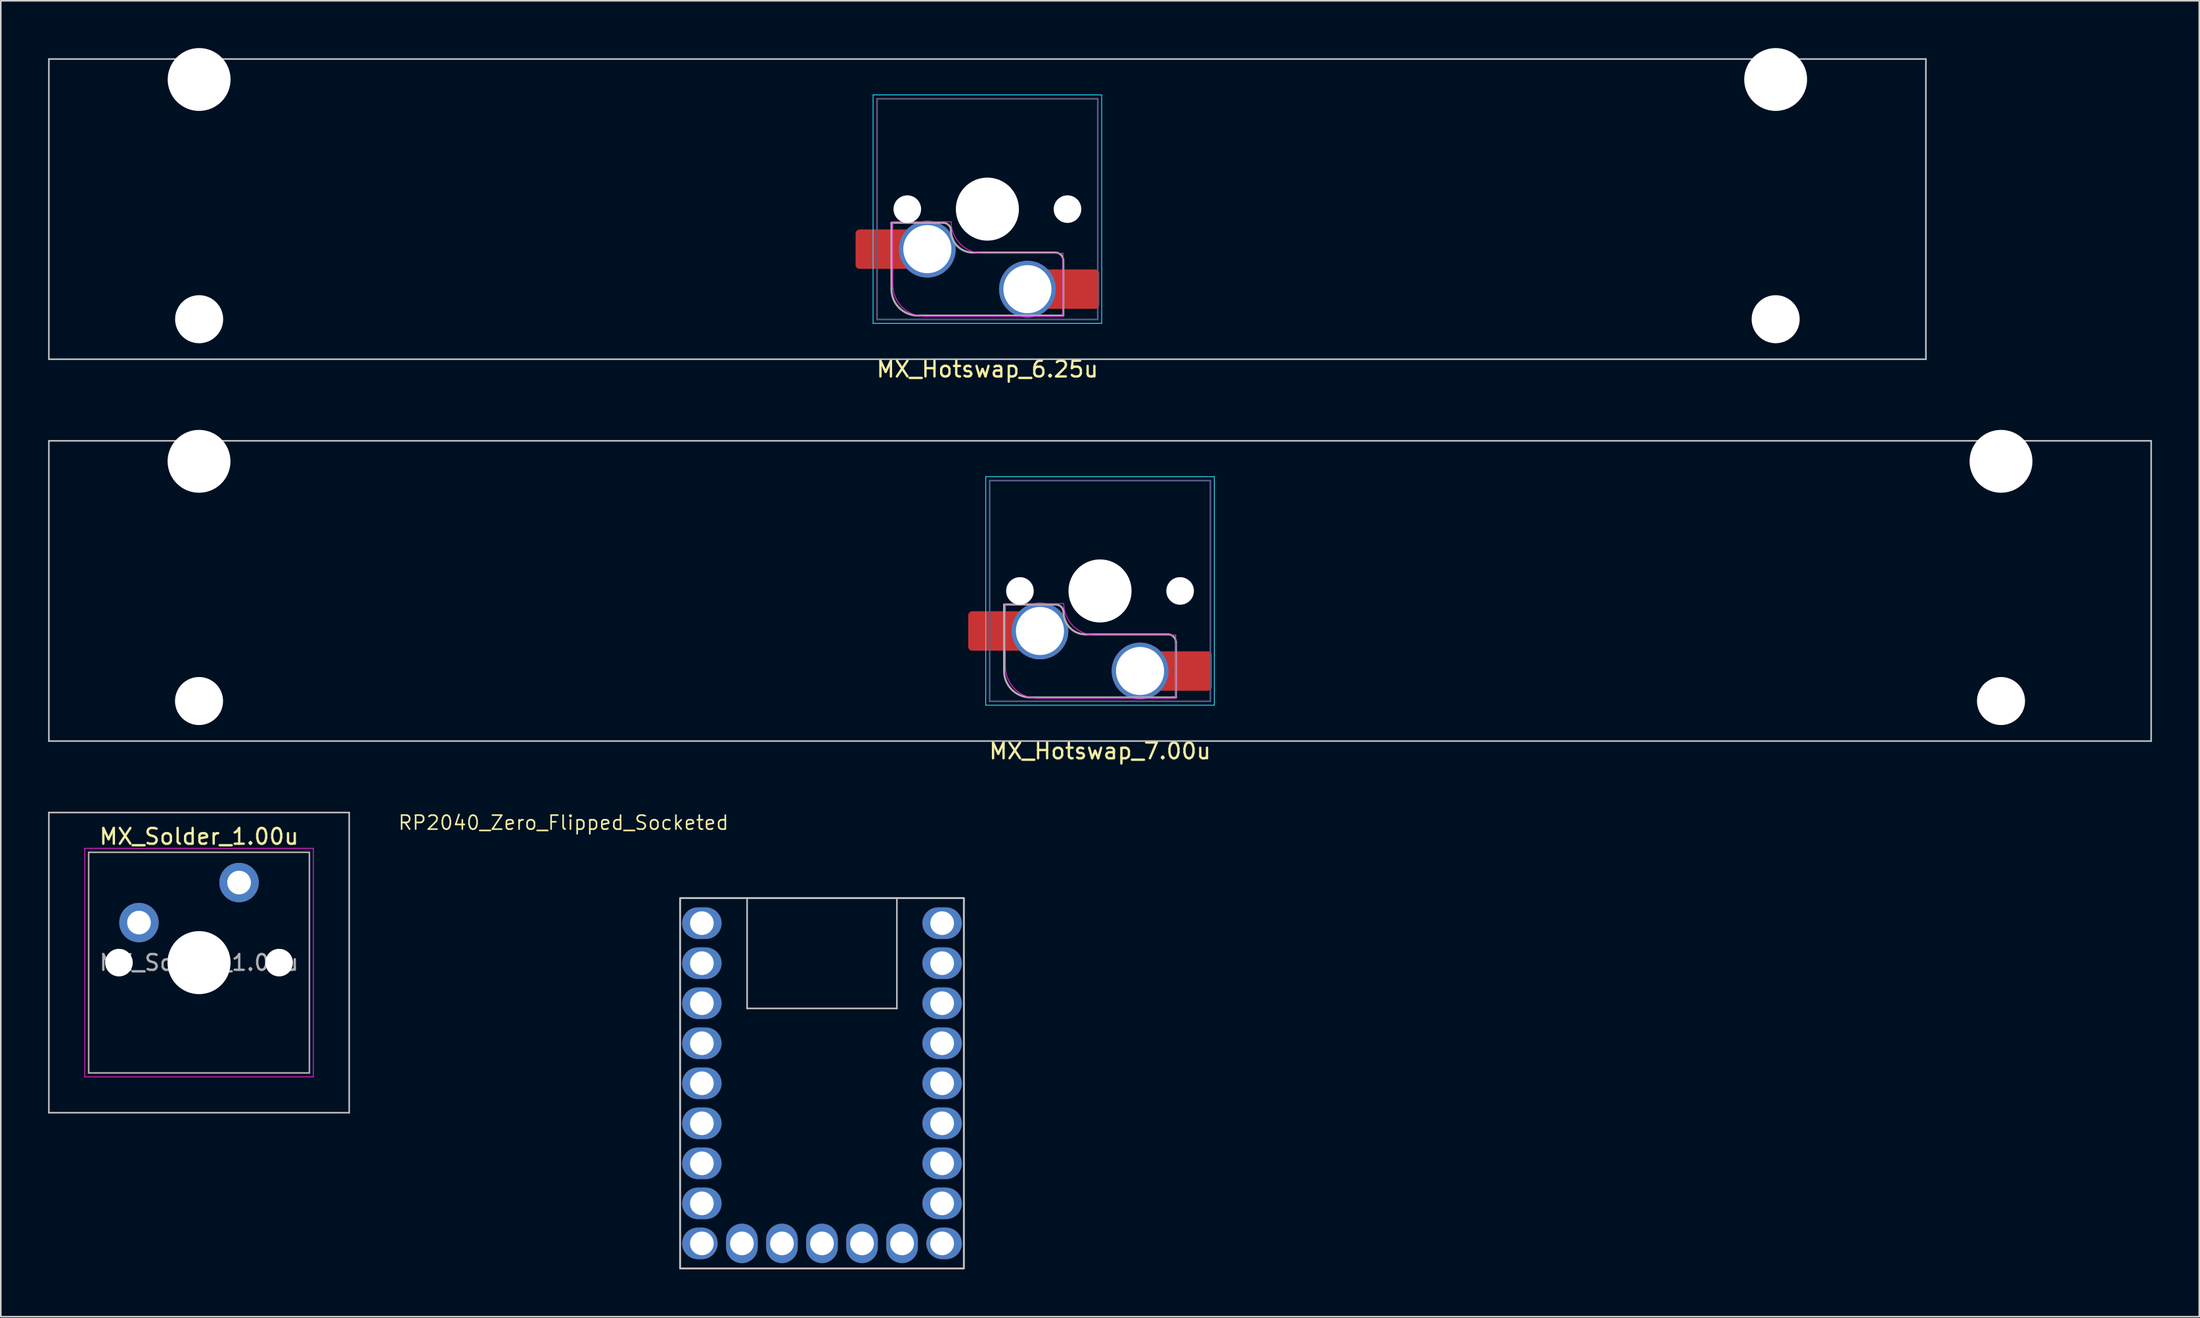
<source format=kicad_pcb>
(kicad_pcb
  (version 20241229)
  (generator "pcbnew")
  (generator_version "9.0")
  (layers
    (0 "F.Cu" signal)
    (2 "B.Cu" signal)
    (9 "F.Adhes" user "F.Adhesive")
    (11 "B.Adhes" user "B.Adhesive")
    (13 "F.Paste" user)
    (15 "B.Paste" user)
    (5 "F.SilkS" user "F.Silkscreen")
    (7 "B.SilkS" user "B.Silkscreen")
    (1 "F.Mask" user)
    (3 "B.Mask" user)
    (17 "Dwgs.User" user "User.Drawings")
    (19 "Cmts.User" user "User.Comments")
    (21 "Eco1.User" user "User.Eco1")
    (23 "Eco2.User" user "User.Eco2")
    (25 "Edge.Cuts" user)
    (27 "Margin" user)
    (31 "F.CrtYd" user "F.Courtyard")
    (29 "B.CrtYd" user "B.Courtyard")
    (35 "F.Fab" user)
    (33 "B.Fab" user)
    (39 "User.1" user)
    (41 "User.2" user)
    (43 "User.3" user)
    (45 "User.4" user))
  (footprint "MX_Solder_1.00u"
    (layer "F.Cu")
    (at 9.575 58.029)
    (property "Reference" "MX_Solder_1.00u" (at 0 -8 0) (layer "F.SilkS") (effects (font (size 1 1) (thickness 0.15))))
    (attr through_hole)
    (fp_line (start -9.525 -9.525) (end -9.525 9.525) (stroke (width 0.1) (type solid)) (layer "Dwgs.User"))
    (fp_line (start -9.525 9.525) (end 9.525 9.525) (stroke (width 0.1) (type solid)) (layer "Dwgs.User"))
    (fp_line (start 9.525 -9.525) (end -9.525 -9.525) (stroke (width 0.1) (type solid)) (layer "Dwgs.User"))
    (fp_line (start 9.525 9.525) (end 9.525 -9.525) (stroke (width 0.1) (type solid)) (layer "Dwgs.User"))
    (fp_line (start -7 -7) (end -7 7) (stroke (width 0.1) (type solid)) (layer "Eco1.User"))
    (fp_line (start -7 7) (end 7 7) (stroke (width 0.1) (type solid)) (layer "Eco1.User"))
    (fp_line (start 7 -7) (end -7 -7) (stroke (width 0.1) (type solid)) (layer "Eco1.User"))
    (fp_line (start 7 7) (end 7 -7) (stroke (width 0.1) (type solid)) (layer "Eco1.User"))
    (fp_line (start -7.25 -7.25) (end -7.25 7.25) (stroke (width 0.05) (type solid)) (layer "F.CrtYd"))
    (fp_line (start -7.25 7.25) (end 7.25 7.25) (stroke (width 0.05) (type solid)) (layer "F.CrtYd"))
    (fp_line (start 7.25 -7.25) (end -7.25 -7.25) (stroke (width 0.05) (type solid)) (layer "F.CrtYd"))
    (fp_line (start 7.25 7.25) (end 7.25 -7.25) (stroke (width 0.05) (type solid)) (layer "F.CrtYd"))
    (fp_line (start -7 -7) (end -7 7) (stroke (width 0.1) (type solid)) (layer "F.Fab"))
    (fp_line (start -7 7) (end 7 7) (stroke (width 0.1) (type solid)) (layer "F.Fab"))
    (fp_line (start 7 -7) (end -7 -7) (stroke (width 0.1) (type solid)) (layer "F.Fab"))
    (fp_line (start 7 7) (end 7 -7) (stroke (width 0.1) (type solid)) (layer "F.Fab"))
    (fp_text user "${REFERENCE}" (at 0 0 0) (layer "F.Fab") (effects (font (size 1 1) (thickness 0.15))))
    (pad "" np_thru_hole circle (at -5.08 0) (size 1.75 1.75) (drill 1.75) (layers "*.Cu" "*.Mask"))
    (pad "" np_thru_hole circle (at 0 0) (size 4 4) (drill 4) (layers "*.Cu" "*.Mask"))
    (pad "" np_thru_hole circle (at 5.08 0) (size 1.75 1.75) (drill 1.75) (layers "*.Cu" "*.Mask"))
    (pad "1" thru_hole circle (at -3.81 -2.54) (size 2.5 2.5) (drill 1.5) (layers "*.Cu" "*.Mask"))
    (pad "2" thru_hole circle (at 2.54 -5.08) (size 2.5 2.5) (drill 1.5) (layers "*.Cu" "*.Mask")))
  (footprint "MX_Hotswap_7.00u"
    (layer "F.Cu")
    (at 66.09 38.256)
    (property "Reference" "MX_Hotswap_7.00u" (at 0.635 6.35 0) (layer "F.SilkS") (effects (font (size 1 1) (thickness 0.15))))
    (attr smd allow_soldermask_bridges)
    (fp_line (start -66.04 -13.335) (end -66.04 5.715) (stroke (width 0.1) (type solid)) (layer "Dwgs.User"))
    (fp_line (start -66.04 5.715) (end 67.31 5.715) (stroke (width 0.1) (type solid)) (layer "Dwgs.User"))
    (fp_line (start 67.31 -13.335) (end -66.04 -13.335) (stroke (width 0.1) (type solid)) (layer "Dwgs.User"))
    (fp_line (start 67.31 5.715) (end 67.31 -13.335) (stroke (width 0.1) (type solid)) (layer "Dwgs.User"))
    (fp_line (start -59.89 -10.58) (end -59.89 1.72) (stroke (width 0.1) (type solid)) (layer "Eco1.User"))
    (fp_line (start -59.89 1.72) (end -53.14 1.72) (stroke (width 0.1) (type solid)) (layer "Eco1.User"))
    (fp_line (start -53.14 -10.58) (end -59.89 -10.58) (stroke (width 0.1) (type solid)) (layer "Eco1.User"))
    (fp_line (start -53.14 1.72) (end -53.14 -10.58) (stroke (width 0.1) (type solid)) (layer "Eco1.User"))
    (fp_line (start 54.41 -10.58) (end 54.41 1.72) (stroke (width 0.1) (type solid)) (layer "Eco1.User"))
    (fp_line (start 54.41 1.72) (end 61.16 1.72) (stroke (width 0.1) (type solid)) (layer "Eco1.User"))
    (fp_line (start 61.16 -10.58) (end 54.41 -10.58) (stroke (width 0.1) (type solid)) (layer "Eco1.User"))
    (fp_line (start 61.16 1.72) (end 61.16 -10.58) (stroke (width 0.1) (type solid)) (layer "Eco1.User"))
    (fp_line (start -6.615 -11.06) (end -6.615 3.44) (stroke (width 0.05) (type solid)) (layer "B.CrtYd"))
    (fp_line (start -6.615 3.44) (end 7.885 3.44) (stroke (width 0.05) (type solid)) (layer "B.CrtYd"))
    (fp_line (start 7.885 -11.06) (end -6.615 -11.06) (stroke (width 0.05) (type solid)) (layer "B.CrtYd"))
    (fp_line (start 7.885 3.44) (end 7.885 -11.06) (stroke (width 0.05) (type solid)) (layer "B.CrtYd"))
    (fp_line (start -5.365 0.99) (end -5.365 -3.01) (stroke (width 0.05) (type solid)) (layer "F.CrtYd"))
    (fp_line (start -1.665 -3.01) (end -5.365 -3.01) (stroke (width 0.05) (type solid)) (layer "F.CrtYd"))
    (fp_line (start 5.435 -1.01) (end 0.335 -1.01) (stroke (width 0.05) (type solid)) (layer "F.CrtYd"))
    (fp_line (start 5.435 -1.01) (end 5.435 2.99) (stroke (width 0.05) (type solid)) (layer "F.CrtYd"))
    (fp_line (start 5.435 2.99) (end -3.365 2.99) (stroke (width 0.05) (type solid)) (layer "F.CrtYd"))
    (fp_arc (start -3.365 2.99) (mid -4.779214 2.404214) (end -5.365 0.99) (stroke (width 0.05) (type solid)) (layer "F.CrtYd"))
    (fp_arc (start 0.335 -1.01) (mid -1.079214 -1.595786) (end -1.665 -3.01) (stroke (width 0.05) (type solid)) (layer "F.CrtYd"))
    (fp_line (start -6.365 -10.81) (end -6.365 3.19) (stroke (width 0.1) (type solid)) (layer "B.Fab"))
    (fp_line (start -6.365 3.19) (end 7.635 3.19) (stroke (width 0.1) (type solid)) (layer "B.Fab"))
    (fp_line (start 7.635 -10.81) (end -6.365 -10.81) (stroke (width 0.1) (type solid)) (layer "B.Fab"))
    (fp_line (start 7.635 3.19) (end 7.635 -10.81) (stroke (width 0.1) (type solid)) (layer "B.Fab"))
    (fp_line (start -5.45 -2.945) (end -2.175 -2.945) (stroke (width 0.127) (type solid)) (layer "F.Fab"))
    (fp_line (start -5.45 1.27) (end -5.45 -2.945) (stroke (width 0.127) (type solid)) (layer "F.Fab"))
    (fp_line (start -0.285 -1.055) (end 4.95 -1.055) (stroke (width 0.127) (type solid)) (layer "F.Fab"))
    (fp_line (start 5.45 -0.555) (end 5.45 2.945) (stroke (width 0.127) (type solid)) (layer "F.Fab"))
    (fp_line (start 5.45 2.945) (end -3.775 2.945) (stroke (width 0.127) (type solid)) (layer "F.Fab"))
    (fp_arc (start -3.775 2.945) (mid -4.959404 2.454404) (end -5.45 1.27) (stroke (width 0.127) (type solid)) (layer "F.Fab"))
    (fp_arc (start -2.175 -2.945) (mid -1.821447 -2.798553) (end -1.675 -2.445) (stroke (width 0.127) (type solid)) (layer "F.Fab"))
    (fp_arc (start -0.285 -1.055) (mid -1.267878 -1.462122) (end -1.675 -2.445) (stroke (width 0.127) (type solid)) (layer "F.Fab"))
    (fp_arc (start 4.95 -1.055) (mid 5.303553 -0.908553) (end 5.45 -0.555) (stroke (width 0.127) (type solid)) (layer "F.Fab"))
    (pad "" np_thru_hole circle (at -56.515 -12.035 180) (size 3.988 3.988) (drill 3.988) (layers "*.Cu" "*.Mask"))
    (pad "" np_thru_hole circle (at -56.515 3.175 180) (size 3.048 3.048) (drill 3.048) (layers "*.Cu" "*.Mask"))
    (pad "" smd roundrect (at -6.45 -1.27 180) (size 2.55 2.5) (layers "F.Mask" "F.Paste") (roundrect_rratio 0.1))
    (pad "" np_thru_hole circle (at -4.445 -3.81 180) (size 1.75 1.75) (drill 1.75) (layers "*.Cu" "*.Mask"))
    (pad "" np_thru_hole circle (at 0.635 -3.81 180) (size 4 4) (drill 4) (layers "*.Cu" "*.Mask"))
    (pad "" np_thru_hole circle (at 5.715 -3.81 180) (size 1.75 1.75) (drill 1.75) (layers "*.Cu" "*.Mask"))
    (pad "" smd roundrect (at 6.477 1.27 180) (size 2.55 2.5) (layers "F.Mask" "F.Paste") (roundrect_rratio 0.1))
    (pad "" np_thru_hole circle (at 57.785 -12.035 180) (size 3.988 3.988) (drill 3.988) (layers "*.Cu" "*.Mask"))
    (pad "" np_thru_hole circle (at 57.785 3.175 180) (size 3.048 3.048) (drill 3.048) (layers "*.Cu" "*.Mask"))
    (pad "1" smd roundrect (at -5.95 -1.27 180) (size 3.55 2.5) (layers "F.Cu") (roundrect_rratio 0.1))
    (pad "1" thru_hole circle (at -3.175 -1.27 180) (size 3.6 3.6) (drill 3.05) (layers "*.Cu" "*.Mask"))
    (pad "2" thru_hole circle (at 3.175 1.27 180) (size 3.6 3.6) (drill 3.05) (layers "*.Cu" "*.Mask"))
    (pad "2" smd roundrect (at 5.955 1.27 180) (size 3.55 2.5) (layers "F.Cu") (roundrect_rratio 0.1)))
  (footprint "MX_Hotswap_6.25u"
    (layer "F.Cu")
    (at 58.946 14.029)
    (property "Reference" "MX_Hotswap_6.25u" (at 0.635 6.35 0) (layer "F.SilkS") (effects (font (size 1 1) (thickness 0.15))))
    (attr smd allow_soldermask_bridges)
    (fp_line (start -58.896 -13.335) (end -58.896 5.715) (stroke (width 0.1) (type solid)) (layer "Dwgs.User"))
    (fp_line (start -58.896 5.715) (end 60.166 5.715) (stroke (width 0.1) (type solid)) (layer "Dwgs.User"))
    (fp_line (start 60.166 -13.335) (end -58.896 -13.335) (stroke (width 0.1) (type solid)) (layer "Dwgs.User"))
    (fp_line (start 60.166 5.715) (end 60.166 -13.335) (stroke (width 0.1) (type solid)) (layer "Dwgs.User"))
    (fp_line (start -52.74 -10.58) (end -52.74 1.72) (stroke (width 0.1) (type solid)) (layer "Eco1.User"))
    (fp_line (start -52.74 1.72) (end -45.99 1.72) (stroke (width 0.1) (type solid)) (layer "Eco1.User"))
    (fp_line (start -45.99 -10.58) (end -52.74 -10.58) (stroke (width 0.1) (type solid)) (layer "Eco1.User"))
    (fp_line (start -45.99 1.72) (end -45.99 -10.58) (stroke (width 0.1) (type solid)) (layer "Eco1.User"))
    (fp_line (start 47.26 -10.58) (end 47.26 1.72) (stroke (width 0.1) (type solid)) (layer "Eco1.User"))
    (fp_line (start 47.26 1.72) (end 54.01 1.72) (stroke (width 0.1) (type solid)) (layer "Eco1.User"))
    (fp_line (start 54.01 -10.58) (end 47.26 -10.58) (stroke (width 0.1) (type solid)) (layer "Eco1.User"))
    (fp_line (start 54.01 1.72) (end 54.01 -10.58) (stroke (width 0.1) (type solid)) (layer "Eco1.User"))
    (fp_line (start -6.615 -11.06) (end -6.615 3.44) (stroke (width 0.05) (type solid)) (layer "B.CrtYd"))
    (fp_line (start -6.615 3.44) (end 7.885 3.44) (stroke (width 0.05) (type solid)) (layer "B.CrtYd"))
    (fp_line (start 7.885 -11.06) (end -6.615 -11.06) (stroke (width 0.05) (type solid)) (layer "B.CrtYd"))
    (fp_line (start 7.885 3.44) (end 7.885 -11.06) (stroke (width 0.05) (type solid)) (layer "B.CrtYd"))
    (fp_line (start -5.365 0.99) (end -5.365 -3.01) (stroke (width 0.05) (type solid)) (layer "F.CrtYd"))
    (fp_line (start -1.665 -3.01) (end -5.365 -3.01) (stroke (width 0.05) (type solid)) (layer "F.CrtYd"))
    (fp_line (start 5.435 -1.01) (end 0.335 -1.01) (stroke (width 0.05) (type solid)) (layer "F.CrtYd"))
    (fp_line (start 5.435 -1.01) (end 5.435 2.99) (stroke (width 0.05) (type solid)) (layer "F.CrtYd"))
    (fp_line (start 5.435 2.99) (end -3.365 2.99) (stroke (width 0.05) (type solid)) (layer "F.CrtYd"))
    (fp_arc (start -3.365 2.99) (mid -4.779214 2.404214) (end -5.365 0.99) (stroke (width 0.05) (type solid)) (layer "F.CrtYd"))
    (fp_arc (start 0.335 -1.01) (mid -1.079214 -1.595786) (end -1.665 -3.01) (stroke (width 0.05) (type solid)) (layer "F.CrtYd"))
    (fp_line (start -6.365 -10.81) (end -6.365 3.19) (stroke (width 0.1) (type solid)) (layer "B.Fab"))
    (fp_line (start -6.365 3.19) (end 7.635 3.19) (stroke (width 0.1) (type solid)) (layer "B.Fab"))
    (fp_line (start 7.635 -10.81) (end -6.365 -10.81) (stroke (width 0.1) (type solid)) (layer "B.Fab"))
    (fp_line (start 7.635 3.19) (end 7.635 -10.81) (stroke (width 0.1) (type solid)) (layer "B.Fab"))
    (fp_line (start -5.45 -2.945) (end -2.175 -2.945) (stroke (width 0.127) (type solid)) (layer "F.Fab"))
    (fp_line (start -5.45 1.27) (end -5.45 -2.945) (stroke (width 0.127) (type solid)) (layer "F.Fab"))
    (fp_line (start -0.285 -1.055) (end 4.95 -1.055) (stroke (width 0.127) (type solid)) (layer "F.Fab"))
    (fp_line (start 5.45 -0.555) (end 5.45 2.945) (stroke (width 0.127) (type solid)) (layer "F.Fab"))
    (fp_line (start 5.45 2.945) (end -3.775 2.945) (stroke (width 0.127) (type solid)) (layer "F.Fab"))
    (fp_arc (start -3.775 2.945) (mid -4.959404 2.454404) (end -5.45 1.27) (stroke (width 0.127) (type solid)) (layer "F.Fab"))
    (fp_arc (start -2.175 -2.945) (mid -1.821447 -2.798553) (end -1.675 -2.445) (stroke (width 0.127) (type solid)) (layer "F.Fab"))
    (fp_arc (start -0.285 -1.055) (mid -1.267878 -1.462122) (end -1.675 -2.445) (stroke (width 0.127) (type solid)) (layer "F.Fab"))
    (fp_arc (start 4.95 -1.055) (mid 5.303553 -0.908553) (end 5.45 -0.555) (stroke (width 0.127) (type solid)) (layer "F.Fab"))
    (pad "" np_thru_hole circle (at -49.365 -12.035 180) (size 3.988 3.988) (drill 3.988) (layers "*.Cu" "*.Mask"))
    (pad "" np_thru_hole circle (at -49.365 3.175 180) (size 3.048 3.048) (drill 3.048) (layers "*.Cu" "*.Mask"))
    (pad "" smd roundrect (at -6.45 -1.27 180) (size 2.55 2.5) (layers "F.Mask" "F.Paste") (roundrect_rratio 0.1))
    (pad "" np_thru_hole circle (at -4.445 -3.81 180) (size 1.75 1.75) (drill 1.75) (layers "*.Cu" "*.Mask"))
    (pad "" np_thru_hole circle (at 0.635 -3.81 180) (size 4 4) (drill 4) (layers "*.Cu" "*.Mask"))
    (pad "" np_thru_hole circle (at 5.715 -3.81 180) (size 1.75 1.75) (drill 1.75) (layers "*.Cu" "*.Mask"))
    (pad "" smd roundrect (at 6.477 1.27 180) (size 2.55 2.5) (layers "F.Mask" "F.Paste") (roundrect_rratio 0.1))
    (pad "" np_thru_hole circle (at 50.635 -12.035 180) (size 3.988 3.988) (drill 3.988) (layers "*.Cu" "*.Mask"))
    (pad "" np_thru_hole circle (at 50.635 3.175 180) (size 3.048 3.048) (drill 3.048) (layers "*.Cu" "*.Mask"))
    (pad "1" smd roundrect (at -5.95 -1.27 180) (size 3.55 2.5) (layers "F.Cu") (roundrect_rratio 0.1))
    (pad "1" thru_hole circle (at -3.175 -1.27 180) (size 3.6 3.6) (drill 3.05) (layers "*.Cu" "*.Mask"))
    (pad "2" thru_hole circle (at 3.175 1.27 180) (size 3.6 3.6) (drill 3.05) (layers "*.Cu" "*.Mask"))
    (pad "2" smd roundrect (at 5.955 1.27 180) (size 3.55 2.5) (layers "F.Cu") (roundrect_rratio 0.1)))
  (footprint "RP2040_Zero_Flipped_Socketed"
    (layer "F.Cu")
    (at 49.09 65.685)
    (property "Reference" "RP2040_Zero_Flipped_Socketed" (at -16.399 -16.533 0) (layer "F.SilkS") (effects (font (size 0.889 0.889) (thickness 0.102))))
    (attr through_hole exclude_from_pos_files)
    (fp_line (start -4.75 -11.75) (end -4.75 -4.75) (stroke (width 0.1) (type default)) (layer "Dwgs.User"))
    (fp_line (start -4.75 -4.75) (end 4.75 -4.75) (stroke (width 0.1) (type default)) (layer "Dwgs.User"))
    (fp_line (start 4.75 -11.75) (end 4.75 -4.75) (stroke (width 0.1) (type default)) (layer "Dwgs.User"))
    (fp_rect (start -9 -11.75) (end 9 11.75) (stroke (width 0.12) (type solid)) (fill no) (layer "Dwgs.User"))
    (pad "1" thru_hole oval (at -7.62 -10.16 180) (size 2.5 2) (drill 1.5) (layers "*.Cu" "*.Mask"))
    (pad "2" thru_hole oval (at -7.62 -7.62 180) (size 2.5 2) (drill 1.5) (layers "*.Cu" "*.Mask"))
    (pad "3" thru_hole oval (at -7.62 -5.08 180) (size 2.5 2) (drill 1.5) (layers "*.Cu" "*.Mask"))
    (pad "4" thru_hole oval (at -7.62 -2.54 180) (size 2.5 2) (drill 1.5) (layers "*.Cu" "*.Mask"))
    (pad "5" thru_hole oval (at -7.62 0 180) (size 2.5 2) (drill 1.5) (layers "*.Cu" "*.Mask"))
    (pad "6" thru_hole oval (at -7.62 2.54 180) (size 2.5 2) (drill 1.5) (layers "*.Cu" "*.Mask"))
    (pad "7" thru_hole oval (at -7.62 5.08 180) (size 2.5 2) (drill 1.5) (layers "*.Cu" "*.Mask"))
    (pad "8" thru_hole oval (at -7.62 7.62 180) (size 2.5 2) (drill 1.5) (layers "*.Cu" "*.Mask"))
    (pad "9" thru_hole oval (at -7.62 10.16 180) (size 2.25 2) (drill 1.5 (offset 0.125 0)) (layers "*.Cu" "*.Mask"))
    (pad "10" thru_hole oval (at -5.08 10.16 270) (size 2.5 2) (drill 1.5) (layers "*.Cu" "*.Mask"))
    (pad "11" thru_hole oval (at -2.54 10.16 270) (size 2.5 2) (drill 1.5) (layers "*.Cu" "*.Mask"))
    (pad "12" thru_hole oval (at 0 10.16 270) (size 2.5 2) (drill 1.5) (layers "*.Cu" "*.Mask"))
    (pad "13" thru_hole oval (at 2.54 10.16 270) (size 2.5 2) (drill 1.5) (layers "*.Cu" "*.Mask"))
    (pad "14" thru_hole oval (at 5.08 10.16 270) (size 2.5 2) (drill 1.5) (layers "*.Cu" "*.Mask"))
    (pad "15" thru_hole oval (at 7.62 10.16) (size 2.25 2) (drill 1.5 (offset 0.125 0)) (layers "*.Cu" "*.Mask"))
    (pad "16" thru_hole oval (at 7.62 7.62) (size 2.5 2) (drill 1.5) (layers "*.Cu" "*.Mask"))
    (pad "17" thru_hole oval (at 7.62 5.08) (size 2.5 2) (drill 1.5) (layers "*.Cu" "*.Mask"))
    (pad "18" thru_hole oval (at 7.62 2.54) (size 2.5 2) (drill 1.5) (layers "*.Cu" "*.Mask"))
    (pad "19" thru_hole oval (at 7.62 0) (size 2.5 2) (drill 1.5) (layers "*.Cu" "*.Mask"))
    (pad "20" thru_hole oval (at 7.62 -2.54) (size 2.5 2) (drill 1.5) (layers "*.Cu" "*.Mask"))
    (pad "21" thru_hole oval (at 7.62 -5.08) (size 2.5 2) (drill 1.5) (layers "*.Cu" "*.Mask"))
    (pad "22" thru_hole oval (at 7.62 -7.62) (size 2.5 2) (drill 1.5) (layers "*.Cu" "*.Mask"))
    (pad "23" thru_hole oval (at 7.62 -10.16) (size 2.5 2) (drill 1.5) (layers "*.Cu" "*.Mask")))
  (gr_rect
    (start -3 -3)
    (end 136.45 80.495)
    (stroke (width 0.1) (type default))
    (fill no)
    (layer "Edge.Cuts")))
</source>
